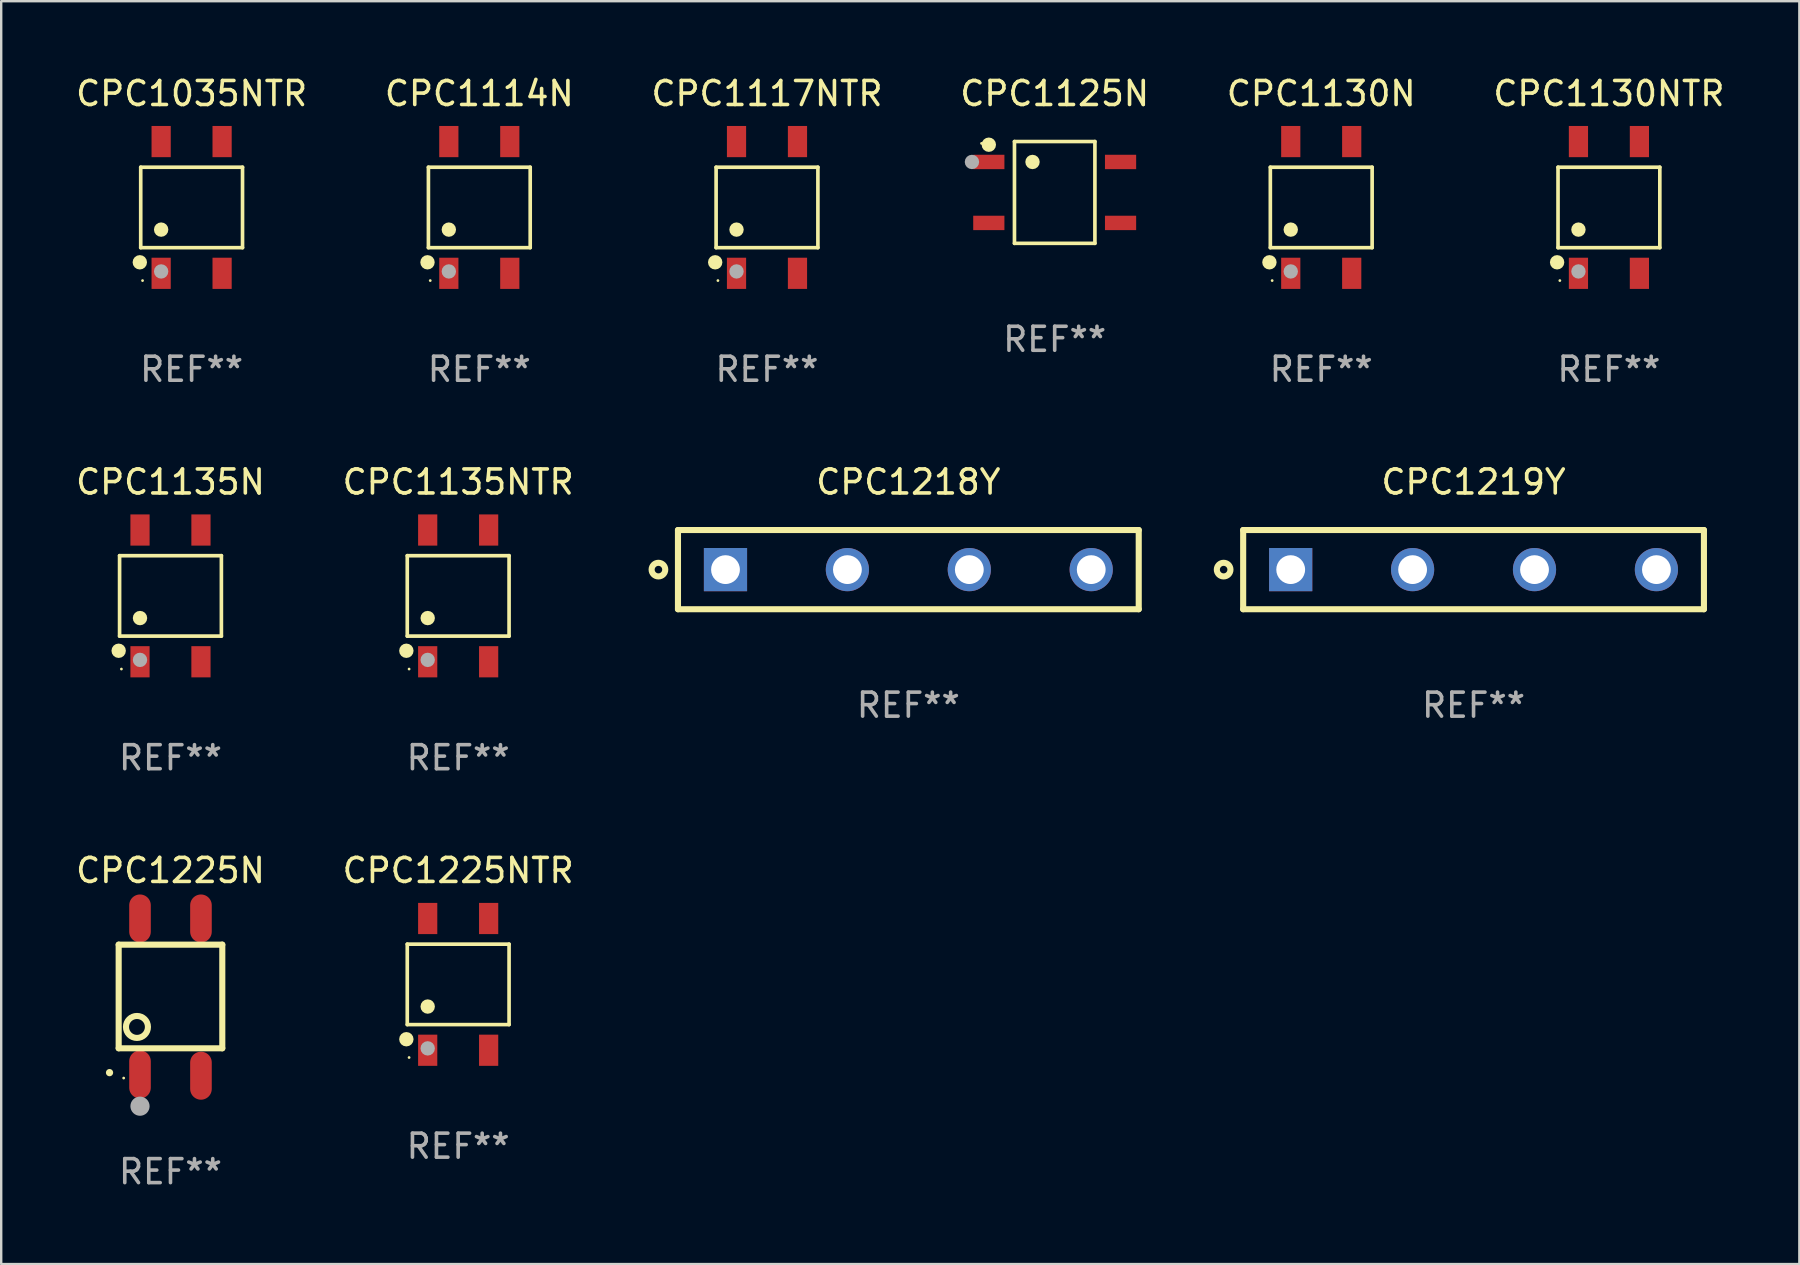
<source format=kicad_pcb>
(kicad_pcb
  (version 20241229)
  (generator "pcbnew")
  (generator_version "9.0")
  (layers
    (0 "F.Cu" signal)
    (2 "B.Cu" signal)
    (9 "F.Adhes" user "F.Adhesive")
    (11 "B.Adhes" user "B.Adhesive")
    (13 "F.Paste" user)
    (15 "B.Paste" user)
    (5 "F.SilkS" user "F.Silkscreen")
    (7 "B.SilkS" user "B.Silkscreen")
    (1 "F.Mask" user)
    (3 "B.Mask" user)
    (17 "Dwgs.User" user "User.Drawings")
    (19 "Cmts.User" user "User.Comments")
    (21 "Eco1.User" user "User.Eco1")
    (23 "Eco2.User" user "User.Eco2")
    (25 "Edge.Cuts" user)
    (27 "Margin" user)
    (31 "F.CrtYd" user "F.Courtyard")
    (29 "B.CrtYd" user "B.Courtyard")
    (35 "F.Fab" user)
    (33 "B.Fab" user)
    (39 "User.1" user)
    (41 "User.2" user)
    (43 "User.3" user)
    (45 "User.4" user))
  (footprint "CPC1135NTR"
    (layer "F.Cu")
    (at 16.042 21.781)
    (property "Reference" "CPC1135NTR" (at 0 -4.745 0) (layer "F.SilkS") (effects (font (size 1 1) (thickness 0.15))))
    (attr through_hole)
    (fp_line (start -2.121 -1.676) (end 2.121 -1.676) (stroke (width 0.152) (type solid)) (layer "F.SilkS"))
    (fp_line (start -2.121 1.676) (end -2.121 -1.676) (stroke (width 0.152) (type solid)) (layer "F.SilkS"))
    (fp_line (start 2.121 -1.676) (end 2.121 1.676) (stroke (width 0.152) (type solid)) (layer "F.SilkS"))
    (fp_line (start 2.121 1.676) (end -2.121 1.676) (stroke (width 0.152) (type solid)) (layer "F.SilkS"))
    (fp_circle (center -2.159 2.286) (end -2.009 2.286) (stroke (width 0.3) (type solid)) (fill no) (layer "F.SilkS"))
    (fp_circle (center -2.045 3.048) (end -2.015 3.048) (stroke (width 0.06) (type solid)) (fill no) (layer "F.SilkS"))
    (fp_circle (center -1.27 0.924) (end -1.12 0.924) (stroke (width 0.3) (type solid)) (fill no) (layer "F.SilkS"))
    (fp_circle (center -1.27 2.667) (end -1.12 2.667) (stroke (width 0.3) (type solid)) (fill no) (layer "F.Fab"))
    (fp_text user "REF**" (at 0 6.745 0) (layer "F.Fab") (effects (font (size 1 1) (thickness 0.15))))
    (pad "1" smd rect (at -1.27 2.745) (size 0.8 1.3) (layers "F.Cu" "F.Mask" "F.Paste"))
    (pad "2" smd rect (at 1.27 2.745) (size 0.8 1.3) (layers "F.Cu" "F.Mask" "F.Paste"))
    (pad "3" smd rect (at 1.27 -2.745) (size 0.8 1.3) (layers "F.Cu" "F.Mask" "F.Paste"))
    (pad "4" smd rect (at -1.27 -2.745) (size 0.8 1.3) (layers "F.Cu" "F.Mask" "F.Paste")))
  (footprint "CPC1035NTR"
    (layer "F.Cu")
    (at 4.935 5.594)
    (property "Reference" "CPC1035NTR" (at 0 -4.745 0) (layer "F.SilkS") (effects (font (size 1 1) (thickness 0.15))))
    (attr through_hole)
    (fp_line (start -2.121 -1.676) (end 2.121 -1.676) (stroke (width 0.152) (type solid)) (layer "F.SilkS"))
    (fp_line (start -2.121 1.676) (end -2.121 -1.676) (stroke (width 0.152) (type solid)) (layer "F.SilkS"))
    (fp_line (start 2.121 -1.676) (end 2.121 1.676) (stroke (width 0.152) (type solid)) (layer "F.SilkS"))
    (fp_line (start 2.121 1.676) (end -2.121 1.676) (stroke (width 0.152) (type solid)) (layer "F.SilkS"))
    (fp_circle (center -2.159 2.286) (end -2.009 2.286) (stroke (width 0.3) (type solid)) (fill no) (layer "F.SilkS"))
    (fp_circle (center -2.045 3.048) (end -2.015 3.048) (stroke (width 0.06) (type solid)) (fill no) (layer "F.SilkS"))
    (fp_circle (center -1.27 0.924) (end -1.12 0.924) (stroke (width 0.3) (type solid)) (fill no) (layer "F.SilkS"))
    (fp_circle (center -1.27 2.667) (end -1.12 2.667) (stroke (width 0.3) (type solid)) (fill no) (layer "F.Fab"))
    (fp_text user "REF**" (at 0 6.745 0) (layer "F.Fab") (effects (font (size 1 1) (thickness 0.15))))
    (pad "1" smd rect (at -1.27 2.745) (size 0.8 1.3) (layers "F.Cu" "F.Mask" "F.Paste"))
    (pad "2" smd rect (at 1.27 2.745) (size 0.8 1.3) (layers "F.Cu" "F.Mask" "F.Paste"))
    (pad "3" smd rect (at 1.27 -2.745) (size 0.8 1.3) (layers "F.Cu" "F.Mask" "F.Paste"))
    (pad "4" smd rect (at -1.27 -2.745) (size 0.8 1.3) (layers "F.Cu" "F.Mask" "F.Paste")))
  (footprint "CPC1218Y"
    (layer "F.Cu")
    (at 34.801 20.686)
    (property "Reference" "CPC1218Y" (at 0 -3.65 0) (layer "F.SilkS") (effects (font (size 1 1) (thickness 0.15))))
    (attr through_hole)
    (fp_line (start -9.6 -1.65) (end -9.6 1.65) (stroke (width 0.254) (type solid)) (layer "F.SilkS"))
    (fp_line (start 9.6 -1.65) (end -9.6 -1.65) (stroke (width 0.254) (type solid)) (layer "F.SilkS"))
    (fp_line (start 9.6 -1.65) (end 9.6 1.65) (stroke (width 0.254) (type solid)) (layer "F.SilkS"))
    (fp_line (start 9.6 1.65) (end -9.6 1.65) (stroke (width 0.254) (type solid)) (layer "F.SilkS"))
    (fp_circle (center -10.414 0.000013) (end -10.13 0.000013) (stroke (width 0.254) (type solid)) (fill no) (layer "F.SilkS"))
    (fp_text user "REF**" (at 0 5.65 0) (layer "F.Fab") (effects (font (size 1 1) (thickness 0.15))))
    (pad "1" thru_hole rect (at -7.62 0.000013 180) (size 1.8 1.8) (drill 1.2) (layers "*.Cu" "*.Mask"))
    (pad "2" thru_hole circle (at -2.54 0.000013) (size 1.8 1.8) (drill 1.2) (layers "*.Cu" "*.Mask"))
    (pad "3" thru_hole circle (at 2.54 0.000013) (size 1.8 1.8) (drill 1.2) (layers "*.Cu" "*.Mask"))
    (pad "4" thru_hole circle (at 7.62 0.000013) (size 1.8 1.8) (drill 1.2) (layers "*.Cu" "*.Mask")))
  (footprint "CPC1130N"
    (layer "F.Cu")
    (at 52.006 5.594)
    (property "Reference" "CPC1130N" (at 0 -4.745 0) (layer "F.SilkS") (effects (font (size 1 1) (thickness 0.15))))
    (attr through_hole)
    (fp_line (start -2.121 -1.676) (end 2.121 -1.676) (stroke (width 0.152) (type solid)) (layer "F.SilkS"))
    (fp_line (start -2.121 1.676) (end -2.121 -1.676) (stroke (width 0.152) (type solid)) (layer "F.SilkS"))
    (fp_line (start 2.121 -1.676) (end 2.121 1.676) (stroke (width 0.152) (type solid)) (layer "F.SilkS"))
    (fp_line (start 2.121 1.676) (end -2.121 1.676) (stroke (width 0.152) (type solid)) (layer "F.SilkS"))
    (fp_circle (center -2.159 2.286) (end -2.009 2.286) (stroke (width 0.3) (type solid)) (fill no) (layer "F.SilkS"))
    (fp_circle (center -2.045 3.048) (end -2.015 3.048) (stroke (width 0.06) (type solid)) (fill no) (layer "F.SilkS"))
    (fp_circle (center -1.27 0.924) (end -1.12 0.924) (stroke (width 0.3) (type solid)) (fill no) (layer "F.SilkS"))
    (fp_circle (center -1.27 2.667) (end -1.12 2.667) (stroke (width 0.3) (type solid)) (fill no) (layer "F.Fab"))
    (fp_text user "REF**" (at 0 6.745 0) (layer "F.Fab") (effects (font (size 1 1) (thickness 0.15))))
    (pad "1" smd rect (at -1.27 2.745) (size 0.8 1.3) (layers "F.Cu" "F.Mask" "F.Paste"))
    (pad "2" smd rect (at 1.27 2.745) (size 0.8 1.3) (layers "F.Cu" "F.Mask" "F.Paste"))
    (pad "3" smd rect (at 1.27 -2.745) (size 0.8 1.3) (layers "F.Cu" "F.Mask" "F.Paste"))
    (pad "4" smd rect (at -1.27 -2.745) (size 0.8 1.3) (layers "F.Cu" "F.Mask" "F.Paste")))
  (footprint "CPC1219Y"
    (layer "F.Cu")
    (at 58.353 20.686)
    (property "Reference" "CPC1219Y" (at 0 -3.65 0) (layer "F.SilkS") (effects (font (size 1 1) (thickness 0.15))))
    (attr through_hole)
    (fp_line (start -9.6 -1.65) (end -9.6 1.65) (stroke (width 0.254) (type solid)) (layer "F.SilkS"))
    (fp_line (start 9.6 -1.65) (end -9.6 -1.65) (stroke (width 0.254) (type solid)) (layer "F.SilkS"))
    (fp_line (start 9.6 -1.65) (end 9.6 1.65) (stroke (width 0.254) (type solid)) (layer "F.SilkS"))
    (fp_line (start 9.6 1.65) (end -9.6 1.65) (stroke (width 0.254) (type solid)) (layer "F.SilkS"))
    (fp_circle (center -10.414 0.000013) (end -10.13 0.000013) (stroke (width 0.254) (type solid)) (fill no) (layer "F.SilkS"))
    (fp_text user "REF**" (at 0 5.65 0) (layer "F.Fab") (effects (font (size 1 1) (thickness 0.15))))
    (pad "1" thru_hole rect (at -7.62 0.000013 180) (size 1.8 1.8) (drill 1.2) (layers "*.Cu" "*.Mask"))
    (pad "2" thru_hole circle (at -2.54 0.000013) (size 1.8 1.8) (drill 1.2) (layers "*.Cu" "*.Mask"))
    (pad "3" thru_hole circle (at 2.54 0.000013) (size 1.8 1.8) (drill 1.2) (layers "*.Cu" "*.Mask"))
    (pad "4" thru_hole circle (at 7.62 0.000013) (size 1.8 1.8) (drill 1.2) (layers "*.Cu" "*.Mask")))
  (footprint "CPC1225N"
    (layer "F.Cu")
    (at 4.054 38.499)
    (property "Reference" "CPC1225N" (at 0 -5.276 0) (layer "F.SilkS") (effects (font (size 1 1) (thickness 0.15))))
    (attr through_hole)
    (fp_line (start -2.159 -2.185) (end -2.159 2.133) (stroke (width 0.254) (type solid)) (layer "F.SilkS"))
    (fp_line (start -2.159 2.133) (end 2.159 2.133) (stroke (width 0.254) (type solid)) (layer "F.SilkS"))
    (fp_line (start 2.159 -2.185) (end -2.159 -2.185) (stroke (width 0.254) (type solid)) (layer "F.SilkS"))
    (fp_line (start 2.159 2.133) (end 2.159 -2.185) (stroke (width 0.254) (type solid)) (layer "F.SilkS"))
    (fp_arc (start -2.540005 3.148895) (mid -2.54001 3.147625) (end -2.540005 3.146355) (stroke (width 0.3) (type solid)) (layer "F.SilkS"))
    (fp_circle (center -1.95 3.374) (end -1.92 3.374) (stroke (width 0.06) (type solid)) (fill no) (layer "F.SilkS"))
    (fp_circle (center -1.397 1.244) (end -0.939 1.244) (stroke (width 0.254) (type solid)) (fill no) (layer "F.SilkS"))
    (fp_circle (center -1.27 4.546) (end -1.07 4.546) (stroke (width 0.4) (type solid)) (fill no) (layer "F.Fab"))
    (fp_text user "REF**" (at 0 7.276 0) (layer "F.Fab") (effects (font (size 1 1) (thickness 0.15))))
    (pad "1" smd oval (at -1.27 3.224) (size 0.9 2) (layers "F.Cu" "F.Mask" "F.Paste"))
    (pad "2" smd oval (at 1.27 3.276) (size 0.9 2) (layers "F.Cu" "F.Mask" "F.Paste"))
    (pad "3" smd oval (at 1.27 -3.276) (size 0.9 2) (layers "F.Cu" "F.Mask" "F.Paste"))
    (pad "4" smd oval (at -1.27 -3.276) (size 0.9 2) (layers "F.Cu" "F.Mask" "F.Paste")))
  (footprint "CPC1225NTR"
    (layer "F.Cu")
    (at 16.042 37.969)
    (property "Reference" "CPC1225NTR" (at 0 -4.745 0) (layer "F.SilkS") (effects (font (size 1 1) (thickness 0.15))))
    (attr through_hole)
    (fp_line (start -2.121 -1.676) (end 2.121 -1.676) (stroke (width 0.152) (type solid)) (layer "F.SilkS"))
    (fp_line (start -2.121 1.676) (end -2.121 -1.676) (stroke (width 0.152) (type solid)) (layer "F.SilkS"))
    (fp_line (start 2.121 -1.676) (end 2.121 1.676) (stroke (width 0.152) (type solid)) (layer "F.SilkS"))
    (fp_line (start 2.121 1.676) (end -2.121 1.676) (stroke (width 0.152) (type solid)) (layer "F.SilkS"))
    (fp_circle (center -2.159 2.286) (end -2.009 2.286) (stroke (width 0.3) (type solid)) (fill no) (layer "F.SilkS"))
    (fp_circle (center -2.045 3.048) (end -2.015 3.048) (stroke (width 0.06) (type solid)) (fill no) (layer "F.SilkS"))
    (fp_circle (center -1.27 0.924) (end -1.12 0.924) (stroke (width 0.3) (type solid)) (fill no) (layer "F.SilkS"))
    (fp_circle (center -1.27 2.667) (end -1.12 2.667) (stroke (width 0.3) (type solid)) (fill no) (layer "F.Fab"))
    (fp_text user "REF**" (at 0 6.745 0) (layer "F.Fab") (effects (font (size 1 1) (thickness 0.15))))
    (pad "1" smd rect (at -1.27 2.745) (size 0.8 1.3) (layers "F.Cu" "F.Mask" "F.Paste"))
    (pad "2" smd rect (at 1.27 2.745) (size 0.8 1.3) (layers "F.Cu" "F.Mask" "F.Paste"))
    (pad "3" smd rect (at 1.27 -2.745) (size 0.8 1.3) (layers "F.Cu" "F.Mask" "F.Paste"))
    (pad "4" smd rect (at -1.27 -2.745) (size 0.8 1.3) (layers "F.Cu" "F.Mask" "F.Paste")))
  (footprint "CPC1125N"
    (layer "F.Cu")
    (at 40.899 4.969)
    (property "Reference" "CPC1125N" (at 0 -4.121 0) (layer "F.SilkS") (effects (font (size 1 1) (thickness 0.15))))
    (attr through_hole)
    (fp_line (start -1.676 -2.121) (end 1.676 -2.121) (stroke (width 0.152) (type solid)) (layer "F.SilkS"))
    (fp_line (start -1.676 2.121) (end -1.676 -2.121) (stroke (width 0.152) (type solid)) (layer "F.SilkS"))
    (fp_line (start 1.676 -2.121) (end 1.676 2.121) (stroke (width 0.152) (type solid)) (layer "F.SilkS"))
    (fp_line (start 1.676 2.121) (end -1.676 2.121) (stroke (width 0.152) (type solid)) (layer "F.SilkS"))
    (fp_circle (center -3.048 -2.044) (end -3.018 -2.044) (stroke (width 0.06) (type solid)) (fill no) (layer "F.SilkS"))
    (fp_circle (center -2.745 -1.989) (end -2.595 -1.989) (stroke (width 0.3) (type solid)) (fill no) (layer "F.SilkS"))
    (fp_circle (center -0.924 -1.27) (end -0.774 -1.27) (stroke (width 0.3) (type solid)) (fill no) (layer "F.SilkS"))
    (fp_circle (center -3.448 -1.27) (end -3.298 -1.27) (stroke (width 0.3) (type solid)) (fill no) (layer "F.Fab"))
    (fp_text user "REF**" (at 0 6.121 0) (layer "F.Fab") (effects (font (size 1 1) (thickness 0.15))))
    (pad "1" smd rect (at -2.745 -1.27 270) (size 0.6 1.3) (layers "F.Cu" "F.Mask" "F.Paste"))
    (pad "2" smd rect (at -2.745 1.27 270) (size 0.6 1.3) (layers "F.Cu" "F.Mask" "F.Paste"))
    (pad "3" smd rect (at 2.745 1.27 270) (size 0.6 1.3) (layers "F.Cu" "F.Mask" "F.Paste"))
    (pad "4" smd rect (at 2.745 -1.27 270) (size 0.6 1.3) (layers "F.Cu" "F.Mask" "F.Paste")))
  (footprint "CPC1135N"
    (layer "F.Cu")
    (at 4.054 21.781)
    (property "Reference" "CPC1135N" (at 0 -4.745 0) (layer "F.SilkS") (effects (font (size 1 1) (thickness 0.15))))
    (attr through_hole)
    (fp_line (start -2.121 -1.676) (end 2.121 -1.676) (stroke (width 0.152) (type solid)) (layer "F.SilkS"))
    (fp_line (start -2.121 1.676) (end -2.121 -1.676) (stroke (width 0.152) (type solid)) (layer "F.SilkS"))
    (fp_line (start 2.121 -1.676) (end 2.121 1.676) (stroke (width 0.152) (type solid)) (layer "F.SilkS"))
    (fp_line (start 2.121 1.676) (end -2.121 1.676) (stroke (width 0.152) (type solid)) (layer "F.SilkS"))
    (fp_circle (center -2.159 2.286) (end -2.009 2.286) (stroke (width 0.3) (type solid)) (fill no) (layer "F.SilkS"))
    (fp_circle (center -2.045 3.048) (end -2.015 3.048) (stroke (width 0.06) (type solid)) (fill no) (layer "F.SilkS"))
    (fp_circle (center -1.27 0.924) (end -1.12 0.924) (stroke (width 0.3) (type solid)) (fill no) (layer "F.SilkS"))
    (fp_circle (center -1.27 2.667) (end -1.12 2.667) (stroke (width 0.3) (type solid)) (fill no) (layer "F.Fab"))
    (fp_text user "REF**" (at 0 6.745 0) (layer "F.Fab") (effects (font (size 1 1) (thickness 0.15))))
    (pad "1" smd rect (at -1.27 2.745) (size 0.8 1.3) (layers "F.Cu" "F.Mask" "F.Paste"))
    (pad "2" smd rect (at 1.27 2.745) (size 0.8 1.3) (layers "F.Cu" "F.Mask" "F.Paste"))
    (pad "3" smd rect (at 1.27 -2.745) (size 0.8 1.3) (layers "F.Cu" "F.Mask" "F.Paste"))
    (pad "4" smd rect (at -1.27 -2.745) (size 0.8 1.3) (layers "F.Cu" "F.Mask" "F.Paste")))
  (footprint "CPC1117NTR"
    (layer "F.Cu")
    (at 28.911 5.594)
    (property "Reference" "CPC1117NTR" (at 0 -4.745 0) (layer "F.SilkS") (effects (font (size 1 1) (thickness 0.15))))
    (attr through_hole)
    (fp_line (start -2.121 -1.676) (end 2.121 -1.676) (stroke (width 0.152) (type solid)) (layer "F.SilkS"))
    (fp_line (start -2.121 1.676) (end -2.121 -1.676) (stroke (width 0.152) (type solid)) (layer "F.SilkS"))
    (fp_line (start 2.121 -1.676) (end 2.121 1.676) (stroke (width 0.152) (type solid)) (layer "F.SilkS"))
    (fp_line (start 2.121 1.676) (end -2.121 1.676) (stroke (width 0.152) (type solid)) (layer "F.SilkS"))
    (fp_circle (center -2.159 2.286) (end -2.009 2.286) (stroke (width 0.3) (type solid)) (fill no) (layer "F.SilkS"))
    (fp_circle (center -2.045 3.048) (end -2.015 3.048) (stroke (width 0.06) (type solid)) (fill no) (layer "F.SilkS"))
    (fp_circle (center -1.27 0.924) (end -1.12 0.924) (stroke (width 0.3) (type solid)) (fill no) (layer "F.SilkS"))
    (fp_circle (center -1.27 2.667) (end -1.12 2.667) (stroke (width 0.3) (type solid)) (fill no) (layer "F.Fab"))
    (fp_text user "REF**" (at 0 6.745 0) (layer "F.Fab") (effects (font (size 1 1) (thickness 0.15))))
    (pad "1" smd rect (at -1.27 2.745) (size 0.8 1.3) (layers "F.Cu" "F.Mask" "F.Paste"))
    (pad "2" smd rect (at 1.27 2.745) (size 0.8 1.3) (layers "F.Cu" "F.Mask" "F.Paste"))
    (pad "3" smd rect (at 1.27 -2.745) (size 0.8 1.3) (layers "F.Cu" "F.Mask" "F.Paste"))
    (pad "4" smd rect (at -1.27 -2.745) (size 0.8 1.3) (layers "F.Cu" "F.Mask" "F.Paste")))
  (footprint "CPC1114N"
    (layer "F.Cu")
    (at 16.923 5.594)
    (property "Reference" "CPC1114N" (at 0 -4.745 0) (layer "F.SilkS") (effects (font (size 1 1) (thickness 0.15))))
    (attr through_hole)
    (fp_line (start -2.121 -1.676) (end 2.121 -1.676) (stroke (width 0.152) (type solid)) (layer "F.SilkS"))
    (fp_line (start -2.121 1.676) (end -2.121 -1.676) (stroke (width 0.152) (type solid)) (layer "F.SilkS"))
    (fp_line (start 2.121 -1.676) (end 2.121 1.676) (stroke (width 0.152) (type solid)) (layer "F.SilkS"))
    (fp_line (start 2.121 1.676) (end -2.121 1.676) (stroke (width 0.152) (type solid)) (layer "F.SilkS"))
    (fp_circle (center -2.159 2.286) (end -2.009 2.286) (stroke (width 0.3) (type solid)) (fill no) (layer "F.SilkS"))
    (fp_circle (center -2.045 3.048) (end -2.015 3.048) (stroke (width 0.06) (type solid)) (fill no) (layer "F.SilkS"))
    (fp_circle (center -1.27 0.924) (end -1.12 0.924) (stroke (width 0.3) (type solid)) (fill no) (layer "F.SilkS"))
    (fp_circle (center -1.27 2.667) (end -1.12 2.667) (stroke (width 0.3) (type solid)) (fill no) (layer "F.Fab"))
    (fp_text user "REF**" (at 0 6.745 0) (layer "F.Fab") (effects (font (size 1 1) (thickness 0.15))))
    (pad "1" smd rect (at -1.27 2.745) (size 0.8 1.3) (layers "F.Cu" "F.Mask" "F.Paste"))
    (pad "2" smd rect (at 1.27 2.745) (size 0.8 1.3) (layers "F.Cu" "F.Mask" "F.Paste"))
    (pad "3" smd rect (at 1.27 -2.745) (size 0.8 1.3) (layers "F.Cu" "F.Mask" "F.Paste"))
    (pad "4" smd rect (at -1.27 -2.745) (size 0.8 1.3) (layers "F.Cu" "F.Mask" "F.Paste")))
  (footprint "CPC1130NTR"
    (layer "F.Cu")
    (at 63.994 5.594)
    (property "Reference" "CPC1130NTR" (at 0 -4.745 0) (layer "F.SilkS") (effects (font (size 1 1) (thickness 0.15))))
    (attr through_hole)
    (fp_line (start -2.121 -1.676) (end 2.121 -1.676) (stroke (width 0.152) (type solid)) (layer "F.SilkS"))
    (fp_line (start -2.121 1.676) (end -2.121 -1.676) (stroke (width 0.152) (type solid)) (layer "F.SilkS"))
    (fp_line (start 2.121 -1.676) (end 2.121 1.676) (stroke (width 0.152) (type solid)) (layer "F.SilkS"))
    (fp_line (start 2.121 1.676) (end -2.121 1.676) (stroke (width 0.152) (type solid)) (layer "F.SilkS"))
    (fp_circle (center -2.159 2.286) (end -2.009 2.286) (stroke (width 0.3) (type solid)) (fill no) (layer "F.SilkS"))
    (fp_circle (center -2.045 3.048) (end -2.015 3.048) (stroke (width 0.06) (type solid)) (fill no) (layer "F.SilkS"))
    (fp_circle (center -1.27 0.924) (end -1.12 0.924) (stroke (width 0.3) (type solid)) (fill no) (layer "F.SilkS"))
    (fp_circle (center -1.27 2.667) (end -1.12 2.667) (stroke (width 0.3) (type solid)) (fill no) (layer "F.Fab"))
    (fp_text user "REF**" (at 0 6.745 0) (layer "F.Fab") (effects (font (size 1 1) (thickness 0.15))))
    (pad "1" smd rect (at -1.27 2.745) (size 0.8 1.3) (layers "F.Cu" "F.Mask" "F.Paste"))
    (pad "2" smd rect (at 1.27 2.745) (size 0.8 1.3) (layers "F.Cu" "F.Mask" "F.Paste"))
    (pad "3" smd rect (at 1.27 -2.745) (size 0.8 1.3) (layers "F.Cu" "F.Mask" "F.Paste"))
    (pad "4" smd rect (at -1.27 -2.745) (size 0.8 1.3) (layers "F.Cu" "F.Mask" "F.Paste")))
  (gr_rect
    (start -3 -3)
    (end 71.929 49.624)
    (stroke (width 0.1) (type default))
    (fill no)
    (layer "Edge.Cuts")))
</source>
